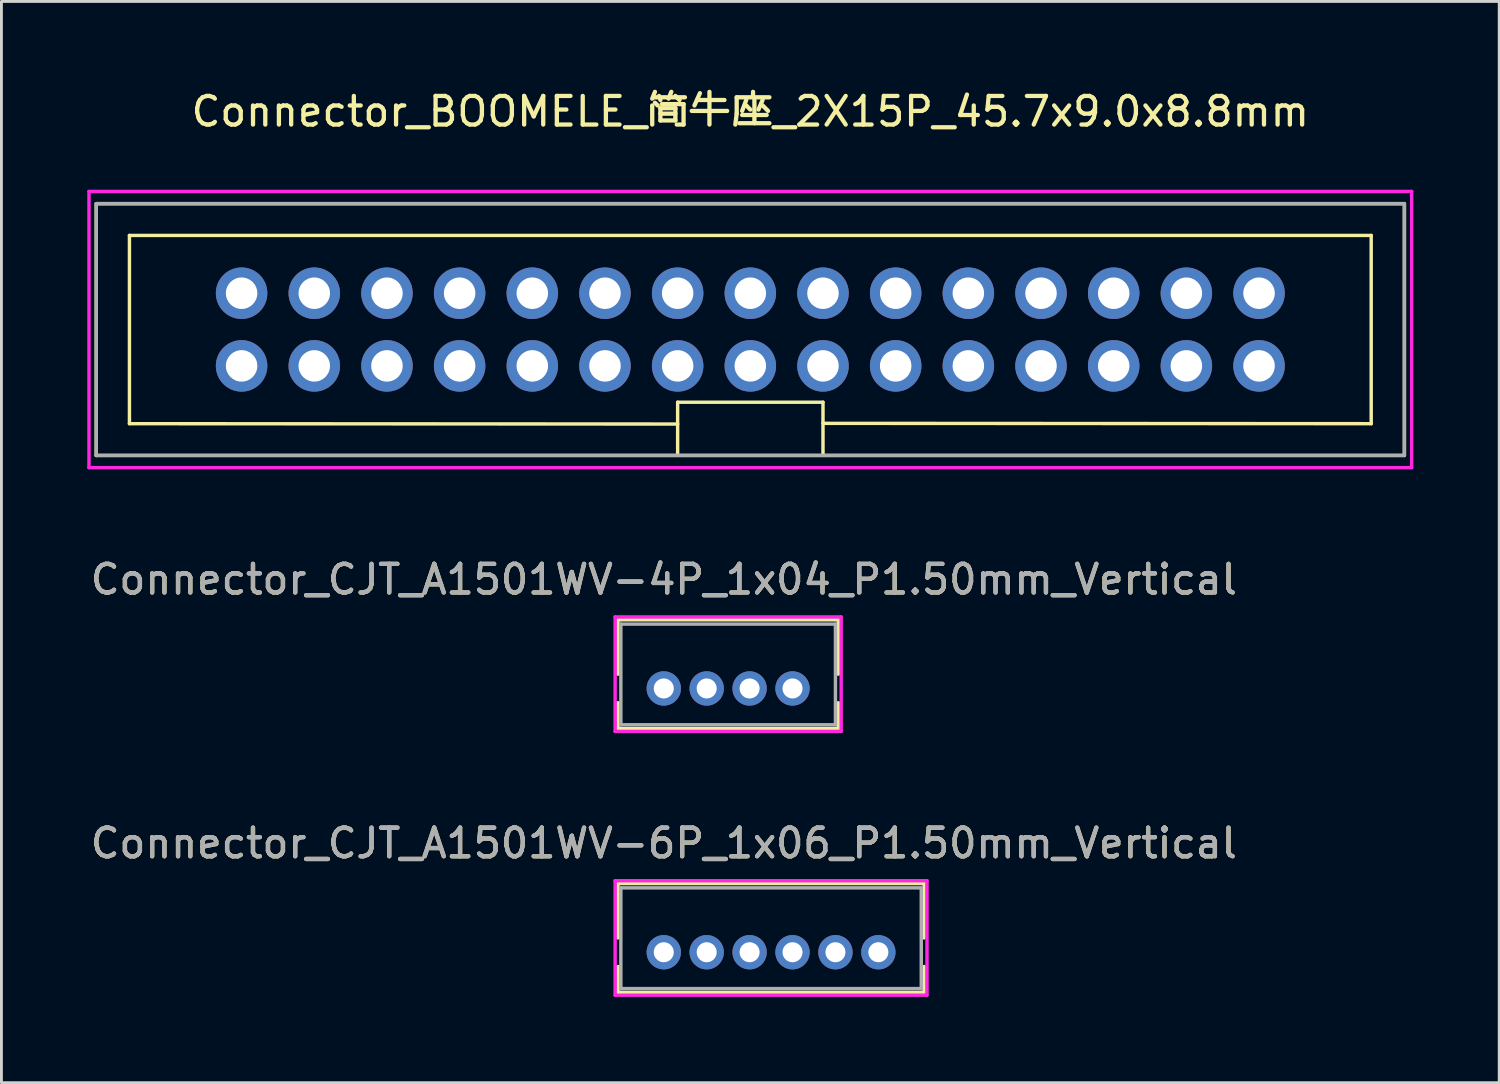
<source format=kicad_pcb>
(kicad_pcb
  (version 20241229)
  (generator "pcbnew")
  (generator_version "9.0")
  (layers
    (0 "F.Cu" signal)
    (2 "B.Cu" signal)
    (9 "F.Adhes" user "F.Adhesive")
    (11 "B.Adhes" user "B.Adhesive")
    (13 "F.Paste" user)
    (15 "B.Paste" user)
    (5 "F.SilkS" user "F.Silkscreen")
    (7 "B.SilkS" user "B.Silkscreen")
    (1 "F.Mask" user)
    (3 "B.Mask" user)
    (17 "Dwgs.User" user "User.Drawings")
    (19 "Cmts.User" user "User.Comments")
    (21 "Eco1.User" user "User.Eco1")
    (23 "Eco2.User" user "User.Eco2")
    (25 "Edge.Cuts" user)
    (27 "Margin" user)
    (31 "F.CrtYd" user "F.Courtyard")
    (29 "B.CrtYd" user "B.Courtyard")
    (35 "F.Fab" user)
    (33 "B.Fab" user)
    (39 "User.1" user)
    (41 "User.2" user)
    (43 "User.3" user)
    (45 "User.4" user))
  (footprint "Connector_CJT_A1501WV-6P_1x06_P1.50mm_Vertical"
    (layer "F.Cu")
    (at 20.149 30.231)
    (property "Reference" "Connector_CJT_A1501WV-6P_1x06_P1.50mm_Vertical" (at 0 -3.81 0) (layer "F.SilkS") (effects (font (size 1 1) (thickness 0.15))))
    (attr through_hole)
    (fp_line (start -1.6 -2.4) (end 9.1 -2.4) (stroke (width 0.12) (type solid)) (layer "F.SilkS"))
    (fp_line (start -1.6 -0.5) (end -1.6 -2.4) (stroke (width 0.12) (type solid)) (layer "F.SilkS"))
    (fp_line (start -1.6 0.5) (end -1.6 1.4) (stroke (width 0.12) (type solid)) (layer "F.SilkS"))
    (fp_line (start 9.1 -2.4) (end 9.1 -0.5) (stroke (width 0.12) (type solid)) (layer "F.SilkS"))
    (fp_line (start 9.1 0.5) (end 9.1 1.4) (stroke (width 0.12) (type solid)) (layer "F.SilkS"))
    (fp_line (start 9.1 1.4) (end -1.6 1.4) (stroke (width 0.12) (type solid)) (layer "F.SilkS"))
    (fp_line (start -1.7 -2.5) (end 9.2 -2.5) (stroke (width 0.12) (type solid)) (layer "F.CrtYd"))
    (fp_line (start -1.7 1.5) (end -1.7 -2.5) (stroke (width 0.12) (type solid)) (layer "F.CrtYd"))
    (fp_line (start 9.2 -2.5) (end 9.2 1.5) (stroke (width 0.12) (type solid)) (layer "F.CrtYd"))
    (fp_line (start 9.2 1.5) (end -1.7 1.5) (stroke (width 0.12) (type solid)) (layer "F.CrtYd"))
    (fp_line (start -1.5 1.27) (end -1.5 -2.25) (stroke (width 0.12) (type solid)) (layer "F.Fab"))
    (fp_line (start -1.5 1.27) (end 9 1.27) (stroke (width 0.12) (type solid)) (layer "F.Fab"))
    (fp_line (start 9 -2.25) (end -1.5 -2.25) (stroke (width 0.12) (type solid)) (layer "F.Fab"))
    (fp_line (start 9 1.27) (end 9 -2.25) (stroke (width 0.12) (type solid)) (layer "F.Fab"))
    (fp_text user "${REFERENCE}" (at 0 -3.81 0) (layer "F.Fab") (effects (font (size 1 1) (thickness 0.15))))
    (pad "1" thru_hole circle (at 0 0) (size 1.2 1.2) (drill 0.7) (layers "*.Cu" "*.Mask"))
    (pad "2" thru_hole circle (at 1.5 0) (size 1.2 1.2) (drill 0.7) (layers "*.Cu" "*.Mask"))
    (pad "3" thru_hole circle (at 3 0) (size 1.2 1.2) (drill 0.7) (layers "*.Cu" "*.Mask"))
    (pad "4" thru_hole circle (at 4.5 0) (size 1.2 1.2) (drill 0.7) (layers "*.Cu" "*.Mask"))
    (pad "5" thru_hole circle (at 6 0) (size 1.2 1.2) (drill 0.7) (layers "*.Cu" "*.Mask"))
    (pad "6" thru_hole circle (at 7.5 0) (size 1.2 1.2) (drill 0.7) (layers "*.Cu" "*.Mask")))
  (footprint "Connector_BOOMELE_简牛座_2X15P_45.7x9.0x8.8mm"
    (layer "F.Cu")
    (at 23.174 8.468)
    (property "Reference" "Connector_BOOMELE_简牛座_2X15P_45.7x9.0x8.8mm" (at 0 -7.62 0) (layer "F.SilkS") (effects (font (size 1 1) (thickness 0.15))))
    (attr through_hole)
    (fp_line (start -22.86 -4.4) (end -22.86 4.4) (stroke (width 0.12) (type solid)) (layer "F.SilkS"))
    (fp_line (start -21.7 -3.29) (end -21.7 3.29) (stroke (width 0.12) (type solid)) (layer "F.SilkS"))
    (fp_line (start -2.54 2.54) (end 2.54 2.54) (stroke (width 0.12) (type solid)) (layer "F.SilkS"))
    (fp_line (start -2.54 3.302) (end -21.7 3.29) (stroke (width 0.12) (type solid)) (layer "F.SilkS"))
    (fp_line (start -2.54 4.318) (end -2.54 2.54) (stroke (width 0.12) (type solid)) (layer "F.SilkS"))
    (fp_line (start 2.54 2.54) (end 2.54 4.318) (stroke (width 0.12) (type solid)) (layer "F.SilkS"))
    (fp_line (start 21.7 -3.29) (end -21.7 -3.29) (stroke (width 0.12) (type solid)) (layer "F.SilkS"))
    (fp_line (start 21.7 -3.29) (end 21.7 3.29) (stroke (width 0.12) (type solid)) (layer "F.SilkS"))
    (fp_line (start 21.7 3.29) (end 2.54 3.278) (stroke (width 0.12) (type solid)) (layer "F.SilkS"))
    (fp_line (start 22.84 4.4) (end -22.86 4.4) (stroke (width 0.12) (type solid)) (layer "F.SilkS"))
    (fp_line (start 22.85 -4.4) (end -22.85 -4.4) (stroke (width 0.12) (type solid)) (layer "F.SilkS"))
    (fp_line (start 22.86 -4.4) (end 22.86 4.4) (stroke (width 0.12) (type solid)) (layer "F.SilkS"))
    (fp_line (start -23.114 -4.826) (end 23.114 -4.826) (stroke (width 0.12) (type solid)) (layer "F.CrtYd"))
    (fp_line (start -23.114 4.826) (end -23.114 -4.826) (stroke (width 0.12) (type solid)) (layer "F.CrtYd"))
    (fp_line (start 23.114 -4.826) (end 23.114 4.826) (stroke (width 0.12) (type solid)) (layer "F.CrtYd"))
    (fp_line (start 23.114 4.826) (end -23.114 4.826) (stroke (width 0.12) (type solid)) (layer "F.CrtYd"))
    (fp_line (start -22.86 -4.4) (end -22.86 4.4) (stroke (width 0.12) (type solid)) (layer "F.Fab"))
    (fp_line (start -22.86 4.4) (end 22.86 4.4) (stroke (width 0.12) (type solid)) (layer "F.Fab"))
    (fp_line (start 22.86 -4.4) (end -22.86 -4.4) (stroke (width 0.12) (type solid)) (layer "F.Fab"))
    (fp_line (start 22.86 4.4) (end 22.86 -4.4) (stroke (width 0.12) (type solid)) (layer "F.Fab"))
    (pad "1" thru_hole circle (at -17.78 1.27) (size 1.8 1.8) (drill 1.1) (layers "*.Cu" "*.Mask"))
    (pad "2" thru_hole circle (at -17.78 -1.27) (size 1.8 1.8) (drill 1.1) (layers "*.Cu" "*.Mask"))
    (pad "3" thru_hole circle (at -15.24 1.27) (size 1.8 1.8) (drill 1.1) (layers "*.Cu" "*.Mask"))
    (pad "4" thru_hole circle (at -15.24 -1.27) (size 1.8 1.8) (drill 1.1) (layers "*.Cu" "*.Mask"))
    (pad "5" thru_hole circle (at -12.7 1.27) (size 1.8 1.8) (drill 1.1) (layers "*.Cu" "*.Mask"))
    (pad "6" thru_hole circle (at -12.7 -1.27) (size 1.8 1.8) (drill 1.1) (layers "*.Cu" "*.Mask"))
    (pad "7" thru_hole circle (at -10.16 1.27) (size 1.8 1.8) (drill 1.1) (layers "*.Cu" "*.Mask"))
    (pad "8" thru_hole circle (at -10.16 -1.27) (size 1.8 1.8) (drill 1.1) (layers "*.Cu" "*.Mask"))
    (pad "9" thru_hole circle (at -7.62 1.27) (size 1.8 1.8) (drill 1.1) (layers "*.Cu" "*.Mask"))
    (pad "10" thru_hole circle (at -7.62 -1.27) (size 1.8 1.8) (drill 1.1) (layers "*.Cu" "*.Mask"))
    (pad "11" thru_hole circle (at -5.08 1.27) (size 1.8 1.8) (drill 1.1) (layers "*.Cu" "*.Mask"))
    (pad "12" thru_hole circle (at -5.08 -1.27) (size 1.8 1.8) (drill 1.1) (layers "*.Cu" "*.Mask"))
    (pad "13" thru_hole circle (at -2.54 1.27) (size 1.8 1.8) (drill 1.1) (layers "*.Cu" "*.Mask"))
    (pad "14" thru_hole circle (at -2.54 -1.27) (size 1.8 1.8) (drill 1.1) (layers "*.Cu" "*.Mask"))
    (pad "15" thru_hole circle (at 0 1.27) (size 1.8 1.8) (drill 1.1) (layers "*.Cu" "*.Mask"))
    (pad "16" thru_hole circle (at 0 -1.27) (size 1.8 1.8) (drill 1.1) (layers "*.Cu" "*.Mask"))
    (pad "17" thru_hole circle (at 2.54 1.27) (size 1.8 1.8) (drill 1.1) (layers "*.Cu" "*.Mask"))
    (pad "18" thru_hole circle (at 2.54 -1.27) (size 1.8 1.8) (drill 1.1) (layers "*.Cu" "*.Mask"))
    (pad "19" thru_hole circle (at 5.08 1.27) (size 1.8 1.8) (drill 1.1) (layers "*.Cu" "*.Mask"))
    (pad "20" thru_hole circle (at 5.08 -1.27) (size 1.8 1.8) (drill 1.1) (layers "*.Cu" "*.Mask"))
    (pad "21" thru_hole circle (at 7.62 1.27) (size 1.8 1.8) (drill 1.1) (layers "*.Cu" "*.Mask"))
    (pad "22" thru_hole circle (at 7.62 -1.27) (size 1.8 1.8) (drill 1.1) (layers "*.Cu" "*.Mask"))
    (pad "23" thru_hole circle (at 10.16 1.27) (size 1.8 1.8) (drill 1.1) (layers "*.Cu" "*.Mask"))
    (pad "24" thru_hole circle (at 10.16 -1.27) (size 1.8 1.8) (drill 1.1) (layers "*.Cu" "*.Mask"))
    (pad "25" thru_hole circle (at 12.7 1.27) (size 1.8 1.8) (drill 1.1) (layers "*.Cu" "*.Mask"))
    (pad "26" thru_hole circle (at 12.7 -1.27) (size 1.8 1.8) (drill 1.1) (layers "*.Cu" "*.Mask"))
    (pad "27" thru_hole circle (at 15.24 1.27) (size 1.8 1.8) (drill 1.1) (layers "*.Cu" "*.Mask"))
    (pad "28" thru_hole circle (at 15.24 -1.27) (size 1.8 1.8) (drill 1.1) (layers "*.Cu" "*.Mask"))
    (pad "29" thru_hole circle (at 17.78 1.27) (size 1.8 1.8) (drill 1.1) (layers "*.Cu" "*.Mask"))
    (pad "30" thru_hole circle (at 17.78 -1.27) (size 1.8 1.8) (drill 1.1) (layers "*.Cu" "*.Mask")))
  (footprint "Connector_CJT_A1501WV-4P_1x04_P1.50mm_Vertical"
    (layer "F.Cu")
    (at 20.149 21.012)
    (property "Reference" "Connector_CJT_A1501WV-4P_1x04_P1.50mm_Vertical" (at 0 -3.81 0) (layer "F.SilkS") (effects (font (size 1 1) (thickness 0.15))))
    (attr through_hole)
    (fp_line (start -1.6 -2.4) (end 6.1 -2.4) (stroke (width 0.12) (type solid)) (layer "F.SilkS"))
    (fp_line (start -1.6 -0.5) (end -1.6 -2.4) (stroke (width 0.12) (type solid)) (layer "F.SilkS"))
    (fp_line (start -1.6 0.5) (end -1.6 1.4) (stroke (width 0.12) (type solid)) (layer "F.SilkS"))
    (fp_line (start 6.1 -2.4) (end 6.1 -0.5) (stroke (width 0.12) (type solid)) (layer "F.SilkS"))
    (fp_line (start 6.1 0.5) (end 6.1 1.4) (stroke (width 0.12) (type solid)) (layer "F.SilkS"))
    (fp_line (start 6.1 1.4) (end -1.6 1.4) (stroke (width 0.12) (type solid)) (layer "F.SilkS"))
    (fp_line (start -1.7 -2.5) (end 6.2 -2.5) (stroke (width 0.12) (type solid)) (layer "F.CrtYd"))
    (fp_line (start -1.7 1.5) (end -1.7 -2.5) (stroke (width 0.12) (type solid)) (layer "F.CrtYd"))
    (fp_line (start 6.2 -2.5) (end 6.2 1.5) (stroke (width 0.12) (type solid)) (layer "F.CrtYd"))
    (fp_line (start 6.2 1.5) (end -1.7 1.5) (stroke (width 0.12) (type solid)) (layer "F.CrtYd"))
    (fp_line (start -1.5 1.27) (end -1.5 -2.25) (stroke (width 0.12) (type solid)) (layer "F.Fab"))
    (fp_line (start -1.5 1.27) (end 6 1.27) (stroke (width 0.12) (type solid)) (layer "F.Fab"))
    (fp_line (start 6 -2.25) (end -1.5 -2.25) (stroke (width 0.12) (type solid)) (layer "F.Fab"))
    (fp_line (start 6 1.27) (end 6 -2.25) (stroke (width 0.12) (type solid)) (layer "F.Fab"))
    (fp_text user "${REFERENCE}" (at 0 -3.81 0) (layer "F.Fab") (effects (font (size 1 1) (thickness 0.15))))
    (pad "1" thru_hole circle (at 0 0) (size 1.2 1.2) (drill 0.7) (layers "*.Cu" "*.Mask"))
    (pad "2" thru_hole circle (at 1.5 0) (size 1.2 1.2) (drill 0.7) (layers "*.Cu" "*.Mask"))
    (pad "3" thru_hole circle (at 3 0) (size 1.2 1.2) (drill 0.7) (layers "*.Cu" "*.Mask"))
    (pad "4" thru_hole circle (at 4.5 0) (size 1.2 1.2) (drill 0.7) (layers "*.Cu" "*.Mask")))
  (gr_rect
    (start -3 -3)
    (end 49.348 34.791)
    (stroke (width 0.1) (type default))
    (fill no)
    (layer "Edge.Cuts")))
</source>
